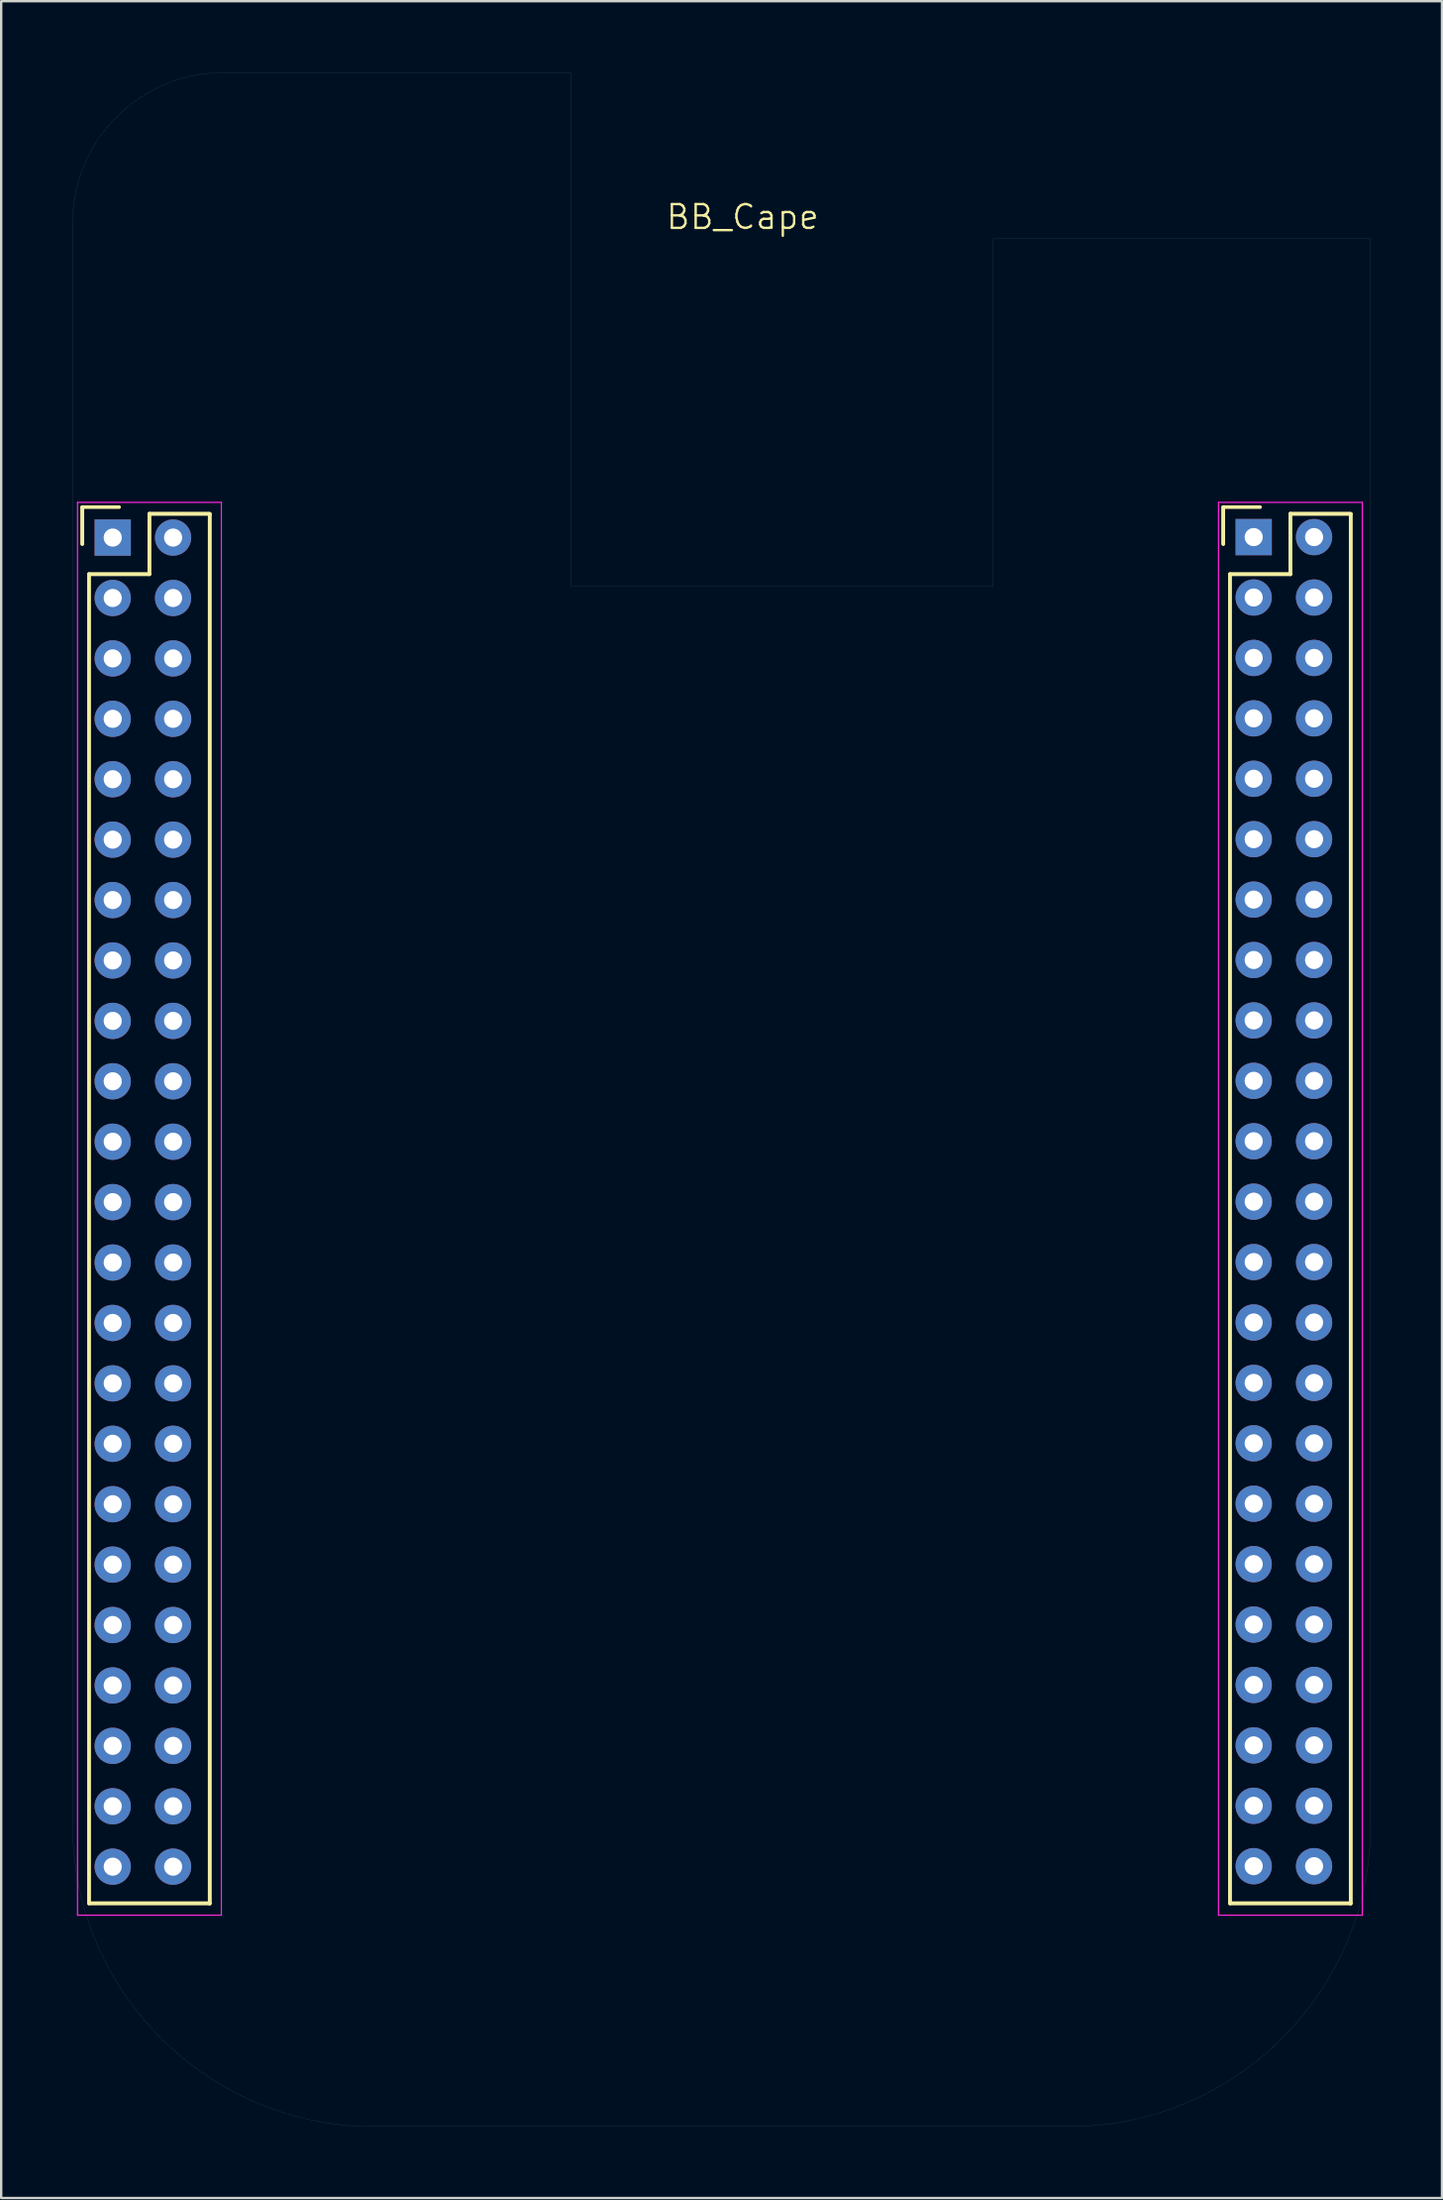
<source format=kicad_pcb>
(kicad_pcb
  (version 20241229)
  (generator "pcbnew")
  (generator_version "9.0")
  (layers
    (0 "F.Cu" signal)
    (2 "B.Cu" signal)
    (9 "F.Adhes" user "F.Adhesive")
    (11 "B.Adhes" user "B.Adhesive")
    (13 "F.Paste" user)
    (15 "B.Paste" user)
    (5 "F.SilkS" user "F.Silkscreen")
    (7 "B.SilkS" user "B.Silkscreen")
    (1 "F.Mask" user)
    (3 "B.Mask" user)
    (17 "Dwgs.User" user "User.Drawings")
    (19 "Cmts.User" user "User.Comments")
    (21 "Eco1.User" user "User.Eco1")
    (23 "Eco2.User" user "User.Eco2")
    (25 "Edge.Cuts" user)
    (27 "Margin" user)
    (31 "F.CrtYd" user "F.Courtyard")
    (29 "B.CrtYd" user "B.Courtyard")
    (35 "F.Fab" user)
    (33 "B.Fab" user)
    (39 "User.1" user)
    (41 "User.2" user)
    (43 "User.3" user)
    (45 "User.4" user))
  (footprint "BB_Cape"
    (layer "F.Cu")
    (at 31.732 40.232)
    (property "Reference" "BB_Cape" (at -3.54 -34.16 0) (unlocked yes) (layer "F.SilkS") (effects (font (size 1 1) (thickness 0.1))))
    (attr through_hole)
    (fp_line (start -31.32 -21.96) (end -31.32 -20.41) (stroke (width 0.15) (type solid)) (layer "F.SilkS"))
    (fp_line (start -31.32 -21.96) (end -31.32 -20.41) (stroke (width 0.15) (type solid)) (layer "F.SilkS"))
    (fp_line (start -31.04 36.74) (end -31.04 -19.14) (stroke (width 0.15) (type solid)) (layer "F.SilkS"))
    (fp_line (start -31.04 36.74) (end -31.04 -19.14) (stroke (width 0.15) (type solid)) (layer "F.SilkS"))
    (fp_line (start -29.77 -21.96) (end -31.32 -21.96) (stroke (width 0.15) (type solid)) (layer "F.SilkS"))
    (fp_line (start -28.5 -21.68) (end -28.5 -19.14) (stroke (width 0.15) (type solid)) (layer "F.SilkS"))
    (fp_line (start -28.5 -21.68) (end -28.5 -19.14) (stroke (width 0.15) (type solid)) (layer "F.SilkS"))
    (fp_line (start -28.5 -19.14) (end -31.04 -19.14) (stroke (width 0.15) (type solid)) (layer "F.SilkS"))
    (fp_line (start -28.5 -19.14) (end -31.04 -19.14) (stroke (width 0.15) (type solid)) (layer "F.SilkS"))
    (fp_line (start -25.96 -21.68) (end -28.5 -21.68) (stroke (width 0.15) (type solid)) (layer "F.SilkS"))
    (fp_line (start -25.96 -21.68) (end -28.5 -21.68) (stroke (width 0.15) (type solid)) (layer "F.SilkS"))
    (fp_line (start -25.96 36.74) (end -31.04 36.74) (stroke (width 0.15) (type solid)) (layer "F.SilkS"))
    (fp_line (start -25.96 36.74) (end -31.04 36.74) (stroke (width 0.15) (type solid)) (layer "F.SilkS"))
    (fp_line (start -25.96 36.75) (end -25.96 -21.67) (stroke (width 0.15) (type solid)) (layer "F.SilkS"))
    (fp_line (start -25.96 36.75) (end -25.96 -21.67) (stroke (width 0.15) (type solid)) (layer "F.SilkS"))
    (fp_line (start 16.68 -21.96) (end 16.68 -20.41) (stroke (width 0.15) (type solid)) (layer "F.SilkS"))
    (fp_line (start 16.68 -21.96) (end 16.68 -20.41) (stroke (width 0.15) (type solid)) (layer "F.SilkS"))
    (fp_line (start 16.96 36.74) (end 16.96 -19.14) (stroke (width 0.15) (type solid)) (layer "F.SilkS"))
    (fp_line (start 16.96 36.74) (end 16.96 -19.14) (stroke (width 0.15) (type solid)) (layer "F.SilkS"))
    (fp_line (start 18.23 -21.96) (end 16.68 -21.96) (stroke (width 0.15) (type solid)) (layer "F.SilkS"))
    (fp_line (start 19.5 -21.68) (end 19.5 -19.14) (stroke (width 0.15) (type solid)) (layer "F.SilkS"))
    (fp_line (start 19.5 -21.68) (end 19.5 -19.14) (stroke (width 0.15) (type solid)) (layer "F.SilkS"))
    (fp_line (start 19.5 -19.14) (end 16.96 -19.14) (stroke (width 0.15) (type solid)) (layer "F.SilkS"))
    (fp_line (start 19.5 -19.14) (end 16.96 -19.14) (stroke (width 0.15) (type solid)) (layer "F.SilkS"))
    (fp_line (start 22.04 -21.68) (end 19.5 -21.68) (stroke (width 0.15) (type solid)) (layer "F.SilkS"))
    (fp_line (start 22.04 -21.68) (end 19.5 -21.68) (stroke (width 0.15) (type solid)) (layer "F.SilkS"))
    (fp_line (start 22.04 36.74) (end 16.96 36.74) (stroke (width 0.15) (type solid)) (layer "F.SilkS"))
    (fp_line (start 22.04 36.74) (end 16.96 36.74) (stroke (width 0.15) (type solid)) (layer "F.SilkS"))
    (fp_line (start 22.04 36.75) (end 22.04 -21.67) (stroke (width 0.15) (type solid)) (layer "F.SilkS"))
    (fp_line (start 22.04 36.75) (end 22.04 -21.67) (stroke (width 0.15) (type solid)) (layer "F.SilkS"))
    (fp_line (start -31.73 -33.88) (end -31.73 33.43) (stroke (width 0.003) (type solid)) (layer "Edge.Cuts"))
    (fp_line (start -19.03 46.13) (end 10.18 46.13) (stroke (width 0.003) (type solid)) (layer "Edge.Cuts"))
    (fp_line (start -10.775 -40.23) (end -25.38 -40.23) (stroke (width 0.003) (type solid)) (layer "Edge.Cuts"))
    (fp_line (start -10.775 -18.64) (end -10.775 -40.23) (stroke (width 0.003) (type solid)) (layer "Edge.Cuts"))
    (fp_line (start 7.005 -33.245) (end 7.005 -18.64) (stroke (width 0.003) (type solid)) (layer "Edge.Cuts"))
    (fp_line (start 7.005 -18.64) (end -10.775 -18.64) (stroke (width 0.003) (type solid)) (layer "Edge.Cuts"))
    (fp_line (start 22.88 -33.245) (end 7.005 -33.245) (stroke (width 0.003) (type solid)) (layer "Edge.Cuts"))
    (fp_line (start 22.88 33.43) (end 22.88 -33.245) (stroke (width 0.003) (type solid)) (layer "Edge.Cuts"))
    (fp_arc (start -31.730256 -33.880256) (mid -29.870384 -38.370384) (end -25.380256 -40.230256) (stroke (width 0.00254) (type solid)) (layer "Edge.Cuts"))
    (fp_arc (start -19.030256 46.129744) (mid -28.010512 42.41) (end -31.730256 33.429744) (stroke (width 0.00254) (type solid)) (layer "Edge.Cuts"))
    (fp_arc (start 22.879744 33.429744) (mid 19.16 42.41) (end 10.179744 46.129744) (stroke (width 0.00254) (type solid)) (layer "Edge.Cuts"))
    (fp_line (start -31.52 -22.16) (end -31.52 37.24) (stroke (width 0.05) (type solid)) (layer "F.CrtYd"))
    (fp_line (start -31.52 -22.16) (end -25.47 -22.16) (stroke (width 0.05) (type solid)) (layer "F.CrtYd"))
    (fp_line (start -31.52 37.24) (end -25.47 37.24) (stroke (width 0.05) (type solid)) (layer "F.CrtYd"))
    (fp_line (start -25.47 -22.16) (end -25.47 37.24) (stroke (width 0.05) (type solid)) (layer "F.CrtYd"))
    (fp_line (start 16.48 -22.16) (end 16.48 37.24) (stroke (width 0.05) (type solid)) (layer "F.CrtYd"))
    (fp_line (start 16.48 -22.16) (end 22.53 -22.16) (stroke (width 0.05) (type solid)) (layer "F.CrtYd"))
    (fp_line (start 16.48 37.24) (end 22.53 37.24) (stroke (width 0.05) (type solid)) (layer "F.CrtYd"))
    (fp_line (start 22.53 -22.16) (end 22.53 37.24) (stroke (width 0.05) (type solid)) (layer "F.CrtYd"))
    (pad "P8_1" thru_hole rect (at 17.96 -20.7 270) (size 1.524 1.524) (drill 0.762) (layers "*.Cu" "*.Mask"))
    (pad "P8_2" thru_hole circle (at 20.5 -20.7 270) (size 1.524 1.524) (drill 0.762) (layers "*.Cu" "*.Mask"))
    (pad "P8_3" thru_hole circle (at 17.96 -18.16 270) (size 1.524 1.524) (drill 0.762) (layers "*.Cu" "*.Mask"))
    (pad "P8_4" thru_hole circle (at 20.5 -18.16 270) (size 1.524 1.524) (drill 0.762) (layers "*.Cu" "*.Mask"))
    (pad "P8_5" thru_hole circle (at 17.96 -15.62 270) (size 1.524 1.524) (drill 0.762) (layers "*.Cu" "*.Mask"))
    (pad "P8_6" thru_hole circle (at 20.5 -15.62 270) (size 1.524 1.524) (drill 0.762) (layers "*.Cu" "*.Mask"))
    (pad "P8_7" thru_hole circle (at 17.96 -13.08 270) (size 1.524 1.524) (drill 0.762) (layers "*.Cu" "*.Mask"))
    (pad "P8_8" thru_hole circle (at 20.5 -13.08 270) (size 1.524 1.524) (drill 0.762) (layers "*.Cu" "*.Mask"))
    (pad "P8_9" thru_hole circle (at 17.96 -10.54 270) (size 1.524 1.524) (drill 0.762) (layers "*.Cu" "*.Mask"))
    (pad "P8_10" thru_hole circle (at 20.5 -10.54 270) (size 1.524 1.524) (drill 0.762) (layers "*.Cu" "*.Mask"))
    (pad "P8_11" thru_hole circle (at 17.96 -8 270) (size 1.524 1.524) (drill 0.762) (layers "*.Cu" "*.Mask"))
    (pad "P8_12" thru_hole circle (at 20.5 -8 270) (size 1.524 1.524) (drill 0.762) (layers "*.Cu" "*.Mask"))
    (pad "P8_13" thru_hole circle (at 17.96 -5.46 270) (size 1.524 1.524) (drill 0.762) (layers "*.Cu" "*.Mask"))
    (pad "P8_14" thru_hole circle (at 20.5 -5.46 270) (size 1.524 1.524) (drill 0.762) (layers "*.Cu" "*.Mask"))
    (pad "P8_15" thru_hole circle (at 17.96 -2.92 270) (size 1.524 1.524) (drill 0.762) (layers "*.Cu" "*.Mask"))
    (pad "P8_16" thru_hole circle (at 20.5 -2.92 270) (size 1.524 1.524) (drill 0.762) (layers "*.Cu" "*.Mask"))
    (pad "P8_17" thru_hole circle (at 17.96 -0.38 270) (size 1.524 1.524) (drill 0.762) (layers "*.Cu" "*.Mask"))
    (pad "P8_18" thru_hole circle (at 20.5 -0.38 270) (size 1.524 1.524) (drill 0.762) (layers "*.Cu" "*.Mask"))
    (pad "P8_19" thru_hole circle (at 17.96 2.16 270) (size 1.524 1.524) (drill 0.762) (layers "*.Cu" "*.Mask"))
    (pad "P8_20" thru_hole circle (at 20.5 2.16 270) (size 1.524 1.524) (drill 0.762) (layers "*.Cu" "*.Mask"))
    (pad "P8_21" thru_hole circle (at 17.96 4.7 270) (size 1.524 1.524) (drill 0.762) (layers "*.Cu" "*.Mask"))
    (pad "P8_22" thru_hole circle (at 20.5 4.7 270) (size 1.524 1.524) (drill 0.762) (layers "*.Cu" "*.Mask"))
    (pad "P8_23" thru_hole circle (at 17.96 7.24 270) (size 1.524 1.524) (drill 0.762) (layers "*.Cu" "*.Mask"))
    (pad "P8_24" thru_hole circle (at 20.5 7.24 270) (size 1.524 1.524) (drill 0.762) (layers "*.Cu" "*.Mask"))
    (pad "P8_25" thru_hole circle (at 17.96 9.78 270) (size 1.524 1.524) (drill 0.762) (layers "*.Cu" "*.Mask"))
    (pad "P8_26" thru_hole circle (at 20.5 9.78 270) (size 1.524 1.524) (drill 0.762) (layers "*.Cu" "*.Mask"))
    (pad "P8_27" thru_hole circle (at 17.96 12.32 270) (size 1.524 1.524) (drill 0.762) (layers "*.Cu" "*.Mask"))
    (pad "P8_28" thru_hole circle (at 20.5 12.32 270) (size 1.524 1.524) (drill 0.762) (layers "*.Cu" "*.Mask"))
    (pad "P8_29" thru_hole circle (at 17.96 14.86 270) (size 1.524 1.524) (drill 0.762) (layers "*.Cu" "*.Mask"))
    (pad "P8_30" thru_hole circle (at 20.5 14.86 270) (size 1.524 1.524) (drill 0.762) (layers "*.Cu" "*.Mask"))
    (pad "P8_31" thru_hole circle (at 17.96 17.4 270) (size 1.524 1.524) (drill 0.762) (layers "*.Cu" "*.Mask"))
    (pad "P8_32" thru_hole circle (at 20.5 17.4 270) (size 1.524 1.524) (drill 0.762) (layers "*.Cu" "*.Mask"))
    (pad "P8_33" thru_hole circle (at 17.96 19.94 270) (size 1.524 1.524) (drill 0.762) (layers "*.Cu" "*.Mask"))
    (pad "P8_34" thru_hole circle (at 20.5 19.94 270) (size 1.524 1.524) (drill 0.762) (layers "*.Cu" "*.Mask"))
    (pad "P8_35" thru_hole circle (at 17.96 22.48 270) (size 1.524 1.524) (drill 0.762) (layers "*.Cu" "*.Mask"))
    (pad "P8_36" thru_hole circle (at 20.5 22.48 270) (size 1.524 1.524) (drill 0.762) (layers "*.Cu" "*.Mask"))
    (pad "P8_37" thru_hole circle (at 17.96 25.02 270) (size 1.524 1.524) (drill 0.762) (layers "*.Cu" "*.Mask"))
    (pad "P8_38" thru_hole circle (at 20.5 25.02 270) (size 1.524 1.524) (drill 0.762) (layers "*.Cu" "*.Mask"))
    (pad "P8_39" thru_hole circle (at 17.96 27.56 270) (size 1.524 1.524) (drill 0.762) (layers "*.Cu" "*.Mask"))
    (pad "P8_40" thru_hole circle (at 20.5 27.56 270) (size 1.524 1.524) (drill 0.762) (layers "*.Cu" "*.Mask"))
    (pad "P8_41" thru_hole circle (at 17.96 30.1 270) (size 1.524 1.524) (drill 0.762) (layers "*.Cu" "*.Mask"))
    (pad "P8_42" thru_hole circle (at 20.5 30.1 270) (size 1.524 1.524) (drill 0.762) (layers "*.Cu" "*.Mask"))
    (pad "P8_43" thru_hole circle (at 17.96 32.64 270) (size 1.524 1.524) (drill 0.762) (layers "*.Cu" "*.Mask"))
    (pad "P8_44" thru_hole circle (at 20.5 32.64 270) (size 1.524 1.524) (drill 0.762) (layers "*.Cu" "*.Mask"))
    (pad "P8_45" thru_hole circle (at 17.96 35.18 270) (size 1.524 1.524) (drill 0.762) (layers "*.Cu" "*.Mask"))
    (pad "P8_46" thru_hole circle (at 20.5 35.18 270) (size 1.524 1.524) (drill 0.762) (layers "*.Cu" "*.Mask"))
    (pad "P9_1" thru_hole rect (at -30.04 -20.68 270) (size 1.524 1.524) (drill 0.762) (layers "*.Cu" "*.Mask"))
    (pad "P9_2" thru_hole circle (at -27.5 -20.68 270) (size 1.524 1.524) (drill 0.762) (layers "*.Cu" "*.Mask"))
    (pad "P9_3" thru_hole circle (at -30.04 -18.14 270) (size 1.524 1.524) (drill 0.762) (layers "*.Cu" "*.Mask"))
    (pad "P9_4" thru_hole circle (at -27.5 -18.14 270) (size 1.524 1.524) (drill 0.762) (layers "*.Cu" "*.Mask"))
    (pad "P9_5" thru_hole circle (at -30.04 -15.6 270) (size 1.524 1.524) (drill 0.762) (layers "*.Cu" "*.Mask"))
    (pad "P9_6" thru_hole circle (at -27.5 -15.6 270) (size 1.524 1.524) (drill 0.762) (layers "*.Cu" "*.Mask"))
    (pad "P9_7" thru_hole circle (at -30.04 -13.06 270) (size 1.524 1.524) (drill 0.762) (layers "*.Cu" "*.Mask"))
    (pad "P9_8" thru_hole circle (at -27.5 -13.06 270) (size 1.524 1.524) (drill 0.762) (layers "*.Cu" "*.Mask"))
    (pad "P9_9" thru_hole circle (at -30.04 -10.52 270) (size 1.524 1.524) (drill 0.762) (layers "*.Cu" "*.Mask"))
    (pad "P9_10" thru_hole circle (at -27.5 -10.52 270) (size 1.524 1.524) (drill 0.762) (layers "*.Cu" "*.Mask"))
    (pad "P9_11" thru_hole circle (at -30.04 -7.98 270) (size 1.524 1.524) (drill 0.762) (layers "*.Cu" "*.Mask"))
    (pad "P9_12" thru_hole circle (at -27.5 -7.98 270) (size 1.524 1.524) (drill 0.762) (layers "*.Cu" "*.Mask"))
    (pad "P9_13" thru_hole circle (at -30.04 -5.44 270) (size 1.524 1.524) (drill 0.762) (layers "*.Cu" "*.Mask"))
    (pad "P9_14" thru_hole circle (at -27.5 -5.44 270) (size 1.524 1.524) (drill 0.762) (layers "*.Cu" "*.Mask"))
    (pad "P9_15" thru_hole circle (at -30.04 -2.9 270) (size 1.524 1.524) (drill 0.762) (layers "*.Cu" "*.Mask"))
    (pad "P9_16" thru_hole circle (at -27.5 -2.9 270) (size 1.524 1.524) (drill 0.762) (layers "*.Cu" "*.Mask"))
    (pad "P9_17" thru_hole circle (at -30.04 -0.36 270) (size 1.524 1.524) (drill 0.762) (layers "*.Cu" "*.Mask"))
    (pad "P9_18" thru_hole circle (at -27.5 -0.36 270) (size 1.524 1.524) (drill 0.762) (layers "*.Cu" "*.Mask"))
    (pad "P9_19" thru_hole circle (at -30.04 2.18 270) (size 1.524 1.524) (drill 0.762) (layers "*.Cu" "*.Mask"))
    (pad "P9_20" thru_hole circle (at -27.5 2.18 270) (size 1.524 1.524) (drill 0.762) (layers "*.Cu" "*.Mask"))
    (pad "P9_21" thru_hole circle (at -30.04 4.72 270) (size 1.524 1.524) (drill 0.762) (layers "*.Cu" "*.Mask"))
    (pad "P9_22" thru_hole circle (at -27.5 4.72 270) (size 1.524 1.524) (drill 0.762) (layers "*.Cu" "*.Mask"))
    (pad "P9_23" thru_hole circle (at -30.04 7.26 270) (size 1.524 1.524) (drill 0.762) (layers "*.Cu" "*.Mask"))
    (pad "P9_24" thru_hole circle (at -27.5 7.26 270) (size 1.524 1.524) (drill 0.762) (layers "*.Cu" "*.Mask"))
    (pad "P9_25" thru_hole circle (at -30.04 9.8 270) (size 1.524 1.524) (drill 0.762) (layers "*.Cu" "*.Mask"))
    (pad "P9_26" thru_hole circle (at -27.5 9.8 270) (size 1.524 1.524) (drill 0.762) (layers "*.Cu" "*.Mask"))
    (pad "P9_27" thru_hole circle (at -30.04 12.34 270) (size 1.524 1.524) (drill 0.762) (layers "*.Cu" "*.Mask"))
    (pad "P9_28" thru_hole circle (at -27.5 12.34 270) (size 1.524 1.524) (drill 0.762) (layers "*.Cu" "*.Mask"))
    (pad "P9_29" thru_hole circle (at -30.04 14.88 270) (size 1.524 1.524) (drill 0.762) (layers "*.Cu" "*.Mask"))
    (pad "P9_30" thru_hole circle (at -27.5 14.88 270) (size 1.524 1.524) (drill 0.762) (layers "*.Cu" "*.Mask"))
    (pad "P9_31" thru_hole circle (at -30.04 17.42 270) (size 1.524 1.524) (drill 0.762) (layers "*.Cu" "*.Mask"))
    (pad "P9_32" thru_hole circle (at -27.5 17.42 270) (size 1.524 1.524) (drill 0.762) (layers "*.Cu" "*.Mask"))
    (pad "P9_33" thru_hole circle (at -30.04 19.96 270) (size 1.524 1.524) (drill 0.762) (layers "*.Cu" "*.Mask"))
    (pad "P9_34" thru_hole circle (at -27.5 19.96 270) (size 1.524 1.524) (drill 0.762) (layers "*.Cu" "*.Mask"))
    (pad "P9_35" thru_hole circle (at -30.04 22.5 270) (size 1.524 1.524) (drill 0.762) (layers "*.Cu" "*.Mask"))
    (pad "P9_36" thru_hole circle (at -27.5 22.5 270) (size 1.524 1.524) (drill 0.762) (layers "*.Cu" "*.Mask"))
    (pad "P9_37" thru_hole circle (at -30.04 25.04 270) (size 1.524 1.524) (drill 0.762) (layers "*.Cu" "*.Mask"))
    (pad "P9_38" thru_hole circle (at -27.5 25.04 270) (size 1.524 1.524) (drill 0.762) (layers "*.Cu" "*.Mask"))
    (pad "P9_39" thru_hole circle (at -30.04 27.58 270) (size 1.524 1.524) (drill 0.762) (layers "*.Cu" "*.Mask"))
    (pad "P9_40" thru_hole circle (at -27.5 27.58 270) (size 1.524 1.524) (drill 0.762) (layers "*.Cu" "*.Mask"))
    (pad "P9_41" thru_hole circle (at -30.04 30.12 270) (size 1.524 1.524) (drill 0.762) (layers "*.Cu" "*.Mask"))
    (pad "P9_42" thru_hole circle (at -27.5 30.12 270) (size 1.524 1.524) (drill 0.762) (layers "*.Cu" "*.Mask"))
    (pad "P9_43" thru_hole circle (at -30.04 32.66 270) (size 1.524 1.524) (drill 0.762) (layers "*.Cu" "*.Mask"))
    (pad "P9_44" thru_hole circle (at -27.5 32.66 270) (size 1.524 1.524) (drill 0.762) (layers "*.Cu" "*.Mask"))
    (pad "P9_45" thru_hole circle (at -30.04 35.2 270) (size 1.524 1.524) (drill 0.762) (layers "*.Cu" "*.Mask"))
    (pad "P9_46" thru_hole circle (at -27.5 35.2 270) (size 1.524 1.524) (drill 0.762) (layers "*.Cu" "*.Mask")))
  (gr_rect
    (start -3 -3)
    (end 57.613 89.363)
    (stroke (width 0.1) (type default))
    (fill no)
    (layer "Edge.Cuts")))
</source>
